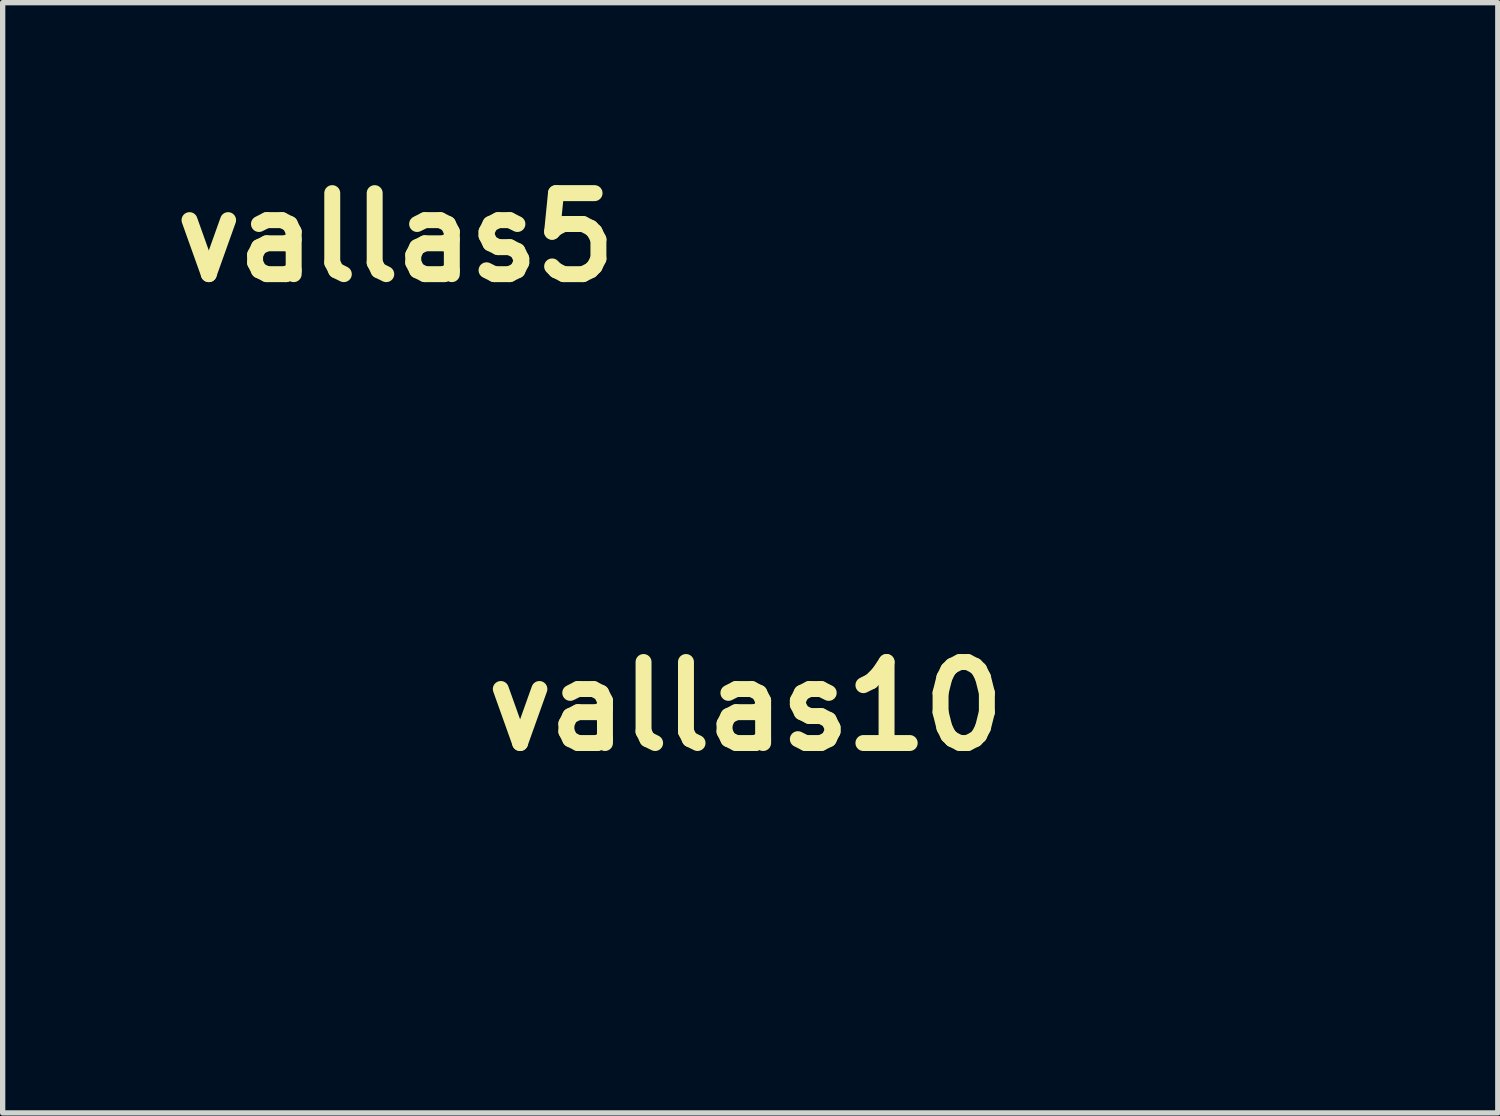
<source format=kicad_pcb>
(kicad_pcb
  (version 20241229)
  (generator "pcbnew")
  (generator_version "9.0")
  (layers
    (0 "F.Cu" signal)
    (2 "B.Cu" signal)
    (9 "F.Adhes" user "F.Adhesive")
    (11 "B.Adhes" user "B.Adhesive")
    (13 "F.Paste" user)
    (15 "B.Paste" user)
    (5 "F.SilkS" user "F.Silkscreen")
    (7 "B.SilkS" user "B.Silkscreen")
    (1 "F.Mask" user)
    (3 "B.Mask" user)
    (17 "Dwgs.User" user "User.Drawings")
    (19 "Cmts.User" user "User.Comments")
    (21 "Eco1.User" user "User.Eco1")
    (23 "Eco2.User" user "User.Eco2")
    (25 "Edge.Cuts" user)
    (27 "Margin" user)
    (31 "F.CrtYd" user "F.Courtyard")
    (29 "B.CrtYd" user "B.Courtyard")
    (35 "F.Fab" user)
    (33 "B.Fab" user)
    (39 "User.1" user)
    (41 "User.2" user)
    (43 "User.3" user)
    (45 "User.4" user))
  (footprint "vallas5"
    (layer "F.Cu")
    (at 4.398 1.418)
    (property "Reference" "vallas5" (at 0 0 0) (layer "F.SilkS") (effects (font (size 1.524 1.524) (thickness 0.3))))
    (attr through_hole)
    (fp_poly (pts (xy -1.863 0.296) (xy -1.905 0.339) (xy -1.947 0.296) (xy -1.905 0.254) (xy -1.863 0.296)) (stroke (width 0.01) (type solid)) (fill no) (layer "Eco2.User"))
    (fp_poly (pts (xy -1.439 0.381) (xy -1.482 0.423) (xy -1.524 0.381) (xy -1.482 0.339) (xy -1.439 0.381)) (stroke (width 0.01) (type solid)) (fill no) (layer "Eco2.User"))
    (fp_poly (pts (xy -1.355 0.212) (xy -1.397 0.254) (xy -1.439 0.212) (xy -1.397 0.169) (xy -1.355 0.212)) (stroke (width 0.01) (type solid)) (fill no) (layer "Eco2.User"))
    (fp_poly (pts (xy -1.185 0.72) (xy -1.228 0.762) (xy -1.27 0.72) (xy -1.228 0.677) (xy -1.185 0.72)) (stroke (width 0.01) (type solid)) (fill no) (layer "Eco2.User"))
    (fp_poly (pts (xy -0.762 0.466) (xy -0.804 0.508) (xy -0.847 0.466) (xy -0.804 0.423) (xy -0.762 0.466)) (stroke (width 0.01) (type solid)) (fill no) (layer "Eco2.User"))
    (fp_poly (pts (xy -0.677 0.635) (xy -0.72 0.677) (xy -0.762 0.635) (xy -0.72 0.593) (xy -0.677 0.635)) (stroke (width 0.01) (type solid)) (fill no) (layer "Eco2.User"))
    (fp_poly (pts (xy 1.27 0.381) (xy 1.228 0.423) (xy 1.185 0.381) (xy 1.228 0.339) (xy 1.27 0.381)) (stroke (width 0.01) (type solid)) (fill no) (layer "Eco2.User"))
    (fp_poly (pts (xy 1.355 0.55) (xy 1.312 0.593) (xy 1.27 0.55) (xy 1.312 0.508) (xy 1.355 0.55)) (stroke (width 0.01) (type solid)) (fill no) (layer "Eco2.User"))
    (fp_poly (pts (xy 1.439 0.72) (xy 1.397 0.762) (xy 1.355 0.72) (xy 1.397 0.677) (xy 1.439 0.72)) (stroke (width 0.01) (type solid)) (fill no) (layer "Eco2.User"))
    (fp_poly (pts (xy 2.117 0.296) (xy 2.074 0.339) (xy 2.032 0.296) (xy 2.074 0.254) (xy 2.117 0.296)) (stroke (width 0.01) (type solid)) (fill no) (layer "Eco2.User"))
    (fp_poly (pts (xy -1.806 0.452) (xy -1.796 0.552) (xy -1.806 0.564) (xy -1.857 0.553) (xy -1.863 0.508) (xy -1.832 0.438) (xy -1.806 0.452)) (stroke (width 0.01) (type solid)) (fill no) (layer "Eco2.User"))
    (fp_poly (pts (xy -1.129 0.452) (xy -1.119 0.552) (xy -1.129 0.564) (xy -1.179 0.553) (xy -1.185 0.508) (xy -1.154 0.438) (xy -1.129 0.452)) (stroke (width 0.01) (type solid)) (fill no) (layer "Eco2.User"))
    (fp_poly (pts (xy 1.157 0.198) (xy 1.145 0.248) (xy 1.101 0.254) (xy 1.031 0.223) (xy 1.044 0.198) (xy 1.145 0.187) (xy 1.157 0.198)) (stroke (width 0.01) (type solid)) (fill no) (layer "Eco2.User"))
    (fp_poly (pts (xy 1.582 0.238) (xy 1.592 0.37) (xy 1.575 0.4) (xy 1.537 0.375) (xy 1.531 0.289) (xy 1.551 0.199) (xy 1.582 0.238)) (stroke (width 0.01) (type solid)) (fill no) (layer "Eco2.User"))
    (fp_poly (pts (xy 1.834 0.452) (xy 1.823 0.502) (xy 1.778 0.508) (xy 1.708 0.477) (xy 1.722 0.452) (xy 1.822 0.441) (xy 1.834 0.452)) (stroke (width 0.01) (type solid)) (fill no) (layer "Eco2.User"))
    (fp_poly (pts (xy -1.534 0.619) (xy -1.599 0.75) (xy -1.683 0.813) (xy -1.716 0.792) (xy -1.7 0.683) (xy -1.642 0.61) (xy -1.545 0.553) (xy -1.534 0.619)) (stroke (width 0.01) (type solid)) (fill no) (layer "Eco2.User"))
    (fp_poly (pts (xy -0.925 0.215) (xy -0.852 0.285) (xy -0.939 0.31) (xy -0.97 0.31) (xy -1.055 0.273) (xy -1.049 0.239) (xy -0.951 0.204) (xy -0.925 0.215)) (stroke (width 0.01) (type solid)) (fill no) (layer "Eco2.User"))
    (fp_poly (pts (xy 1.596 0.712) (xy 1.686 0.797) (xy 1.668 0.846) (xy 1.656 0.847) (xy 1.584 0.787) (xy 1.558 0.749) (xy 1.548 0.691) (xy 1.596 0.712)) (stroke (width 0.01) (type solid)) (fill no) (layer "Eco2.User"))
    (fp_poly (pts (xy 2.099 0.581) (xy 2.08 0.734) (xy 2.046 0.782) (xy 1.991 0.804) (xy 2.007 0.68) (xy 2.009 0.671) (xy 2.059 0.557) (xy 2.099 0.581)) (stroke (width 0.01) (type solid)) (fill no) (layer "Eco2.User"))
    (fp_poly (pts (xy -0.448 0.318) (xy -0.434 0.564) (xy -0.448 0.699) (xy -0.469 0.739) (xy -0.482 0.632) (xy -0.485 0.508) (xy -0.478 0.325) (xy -0.461 0.275) (xy -0.448 0.318)) (stroke (width 0.01) (type solid)) (fill no) (layer "Eco2.User"))
    (fp_poly (pts (xy 0.145 0.318) (xy 0.158 0.539) (xy 0.143 0.657) (xy 0.12 0.677) (xy 0.107 0.555) (xy 0.106 0.466) (xy 0.114 0.302) (xy 0.133 0.277) (xy 0.145 0.318)) (stroke (width 0.01) (type solid)) (fill no) (layer "Eco2.User"))
    (fp_poly (pts (xy 1.013 0.381) (xy 0.971 0.52) (xy 0.931 0.593) (xy 0.864 0.66) (xy 0.849 0.635) (xy 0.891 0.496) (xy 0.931 0.423) (xy 0.998 0.356) (xy 1.013 0.381)) (stroke (width 0.01) (type solid)) (fill no) (layer "Eco2.User"))
    (fp_poly (pts (xy -0.736 -0.796) (xy -0.619 -0.676) (xy -0.62 -0.559) (xy -0.738 -0.446) (xy -0.838 -0.423) (xy -0.98 -0.361) (xy -1.04 -0.191) (xy -1.061 -0.135) (xy -1.079 -0.229) (xy -1.088 -0.402) (xy -1.087 -0.641) (xy -1.016 -0.641) (xy -0.945 -0.531) (xy -0.84 -0.508) (xy -0.711 -0.548) (xy -0.698 -0.614) (xy -0.79 -0.719) (xy -0.918 -0.745) (xy -1.007 -0.685) (xy -1.016 -0.641) (xy -1.087 -0.641) (xy -1.087 -0.666) (xy -1.055 -0.8) (xy -0.981 -0.844) (xy -0.953 -0.845) (xy -0.736 -0.796)) (stroke (width 0.01) (type solid)) (fill no) (layer "Eco2.User"))
    (fp_poly (pts (xy 0.237 -0.745) (xy 0.328 -0.557) (xy 0.326 -0.329) (xy 0.238 -0.138) (xy 0.175 -0.088) (xy -0.037 -0.008) (xy -0.206 -0.055) (xy -0.339 -0.169) (xy -0.475 -0.33) (xy -0.488 -0.455) (xy -0.411 -0.455) (xy -0.383 -0.324) (xy -0.29 -0.218) (xy -0.092 -0.095) (xy 0.117 -0.136) (xy 0.155 -0.159) (xy 0.23 -0.291) (xy 0.24 -0.475) (xy 0.152 -0.672) (xy -0.017 -0.761) (xy -0.207 -0.724) (xy -0.313 -0.627) (xy -0.411 -0.455) (xy -0.488 -0.455) (xy -0.489 -0.464) (xy -0.385 -0.645) (xy -0.376 -0.658) (xy -0.189 -0.808) (xy 0.04 -0.84) (xy 0.237 -0.745)) (stroke (width 0.01) (type solid)) (fill no) (layer "Eco2.User"))
    (fp_poly (pts (xy -1.451 -0.819) (xy -1.41 -0.783) (xy -1.454 -0.739) (xy -1.615 -0.719) (xy -1.627 -0.719) (xy -1.868 -0.666) (xy -2.006 -0.529) (xy -2.014 -0.344) (xy -1.98 -0.275) (xy -1.803 -0.122) (xy -1.59 -0.113) (xy -1.469 -0.18) (xy -1.386 -0.272) (xy -1.452 -0.332) (xy -1.495 -0.35) (xy -1.591 -0.397) (xy -1.532 -0.414) (xy -1.46 -0.417) (xy -1.307 -0.372) (xy -1.277 -0.258) (xy -1.374 -0.126) (xy -1.434 -0.088) (xy -1.685 -0.006) (xy -1.888 -0.073) (xy -1.977 -0.155) (xy -2.105 -0.387) (xy -2.065 -0.61) (xy -1.984 -0.714) (xy -1.819 -0.808) (xy -1.616 -0.846) (xy -1.451 -0.819)) (stroke (width 0.01) (type solid)) (fill no) (layer "Eco2.User")))
  (footprint "vallas10"
    (layer "F.Cu")
    (at 10.98 10.239)
    (property "Reference" "vallas10" (at 0 0 0) (layer "F.SilkS") (effects (font (size 1.524 1.524) (thickness 0.3))))
    (attr through_hole)
    (fp_poly (pts (xy -2.383 2.477) (xy -2.312 4.213) (xy 0.106 4.365) (xy -2.54 4.445) (xy -2.497 2.593) (xy -2.454 0.741) (xy -2.383 2.477)) (stroke (width 0.01) (type solid)) (fill no) (layer "Eco1.User"))
    (fp_poly (pts (xy 0.863 4.214) (xy 2.178 4.288) (xy 3.493 4.363) (xy 0.635 4.445) (xy 0.678 2.593) (xy 0.721 0.741) (xy 0.863 4.214)) (stroke (width 0.01) (type solid)) (fill no) (layer "Eco1.User"))
    (fp_poly (pts (xy -10.134 1.127) (xy -9.994 1.478) (xy -10.009 1.613) (xy -10.153 1.537) (xy -10.24 1.368) (xy -10.36 0.966) (xy -10.31 0.886) (xy -10.134 1.127)) (stroke (width 0.01) (type solid)) (fill no) (layer "Eco1.User"))
    (fp_poly (pts (xy -9.833 2.045) (xy -9.573 2.478) (xy -9.5 2.613) (xy -9.257 3.124) (xy -9.148 3.457) (xy -9.154 3.51) (xy -9.287 3.395) (xy -9.515 3.005) (xy -9.593 2.848) (xy -9.853 2.254) (xy -9.93 1.979) (xy -9.833 2.045)) (stroke (width 0.01) (type solid)) (fill no) (layer "Eco1.User"))
    (fp_poly (pts (xy -4.394 2.081) (xy -4.14 2.52) (xy -3.858 3.092) (xy -3.608 3.665) (xy -3.454 4.11) (xy -3.436 4.274) (xy -3.559 4.262) (xy -3.764 3.943) (xy -3.791 3.887) (xy -4.229 2.917) (xy -4.495 2.257) (xy -4.577 1.934) (xy -4.557 1.905) (xy -4.394 2.081)) (stroke (width 0.01) (type solid)) (fill no) (layer "Eco1.User"))
    (fp_poly (pts (xy 9.935 0.734) (xy 10.438 0.943) (xy 10.836 1.214) (xy 11.012 1.475) (xy 10.973 1.585) (xy 10.776 1.548) (xy 10.631 1.363) (xy 10.303 1.091) (xy 9.747 0.874) (xy 9.606 0.842) (xy 9.109 0.741) (xy 9.006 0.69) (xy 9.277 0.666) (xy 9.449 0.659) (xy 9.935 0.734)) (stroke (width 0.01) (type solid)) (fill no) (layer "Eco1.User"))
    (fp_poly (pts (xy -7.21 0.994) (xy -7.288 1.337) (xy -7.506 1.908) (xy -7.813 2.6) (xy -8.157 3.306) (xy -8.487 3.919) (xy -8.751 4.331) (xy -8.878 4.445) (xy -9.076 4.274) (xy -9.102 4.128) (xy -8.981 3.846) (xy -8.877 3.81) (xy -8.69 3.631) (xy -8.39 3.156) (xy -8.035 2.478) (xy -7.939 2.275) (xy -7.61 1.6) (xy -7.357 1.142) (xy -7.222 0.973) (xy -7.21 0.994)) (stroke (width 0.01) (type solid)) (fill no) (layer "Eco1.User"))
    (fp_poly (pts (xy -4.705 1.23) (xy -4.773 1.393) (xy -4.921 1.367) (xy -5.152 1.446) (xy -5.439 1.867) (xy -5.807 2.663) (xy -5.818 2.69) (xy -6.099 3.325) (xy -6.376 3.888) (xy -6.61 4.313) (xy -6.764 4.536) (xy -6.801 4.494) (xy -6.724 4.233) (xy -6.587 3.897) (xy -6.327 3.293) (xy -5.994 2.54) (xy -5.92 2.374) (xy -5.487 1.502) (xy -5.148 1.029) (xy -4.889 0.946) (xy -4.705 1.23)) (stroke (width 0.01) (type solid)) (fill no) (layer "Eco1.User"))
    (fp_poly (pts (xy 5.99 0.813) (xy 6.236 1.278) (xy 6.55 1.928) (xy 6.885 2.659) (xy 7.194 3.369) (xy 7.432 3.954) (xy 7.55 4.312) (xy 7.551 4.372) (xy 7.428 4.237) (xy 7.175 3.8) (xy 6.839 3.144) (xy 6.705 2.865) (xy 6.346 2.136) (xy 6.049 1.582) (xy 5.863 1.292) (xy 5.833 1.27) (xy 5.692 1.446) (xy 5.426 1.909) (xy 5.089 2.564) (xy 5.048 2.647) (xy 4.713 3.305) (xy 4.449 3.769) (xy 4.308 3.95) (xy 4.301 3.948) (xy 4.35 3.738) (xy 4.541 3.261) (xy 4.824 2.623) (xy 5.148 1.933) (xy 5.461 1.3) (xy 5.714 0.831) (xy 5.854 0.636) (xy 5.858 0.635) (xy 5.99 0.813)) (stroke (width 0.01) (type solid)) (fill no) (layer "Eco1.User"))
    (fp_poly (pts (xy 8.616 0.946) (xy 8.465 1.253) (xy 8.355 1.721) (xy 8.597 2.065) (xy 9.218 2.308) (xy 9.705 2.405) (xy 10.468 2.65) (xy 10.957 3.05) (xy 11.143 3.527) (xy 10.998 4.003) (xy 10.492 4.4) (xy 10.463 4.413) (xy 9.554 4.643) (xy 8.742 4.464) (xy 8.514 4.327) (xy 8.161 3.96) (xy 8.043 3.645) (xy 8.085 3.448) (xy 8.25 3.593) (xy 8.356 3.739) (xy 8.809 4.129) (xy 9.398 4.322) (xy 10.003 4.323) (xy 10.503 4.137) (xy 10.775 3.772) (xy 10.795 3.616) (xy 10.737 3.289) (xy 10.509 3.035) (xy 10.026 2.791) (xy 9.336 2.54) (xy 8.533 2.178) (xy 8.134 1.781) (xy 8.146 1.359) (xy 8.336 1.115) (xy 8.603 0.874) (xy 8.616 0.946)) (stroke (width 0.01) (type solid)) (fill no) (layer "Eco1.User"))
    (fp_poly (pts (xy -4.668 -4.278) (xy -3.838 -4.149) (xy -3.361 -3.872) (xy -3.18 -3.409) (xy -3.175 -3.281) (xy -3.288 -2.795) (xy -3.675 -2.472) (xy -4.405 -2.258) (xy -4.498 -2.241) (xy -4.988 -2.128) (xy -5.219 -1.937) (xy -5.287 -1.533) (xy -5.292 -1.155) (xy -5.336 -0.59) (xy -5.447 -0.253) (xy -5.511 -0.212) (xy -5.617 -0.417) (xy -5.673 -1.015) (xy -5.677 -1.978) (xy -5.67 -2.275) (xy -5.64 -3.294) (xy -5.292 -3.294) (xy -5.257 -2.79) (xy -5.085 -2.581) (xy -4.683 -2.54) (xy -4.139 -2.651) (xy -3.795 -2.875) (xy -3.642 -3.305) (xy -3.85 -3.685) (xy -4.36 -3.937) (xy -4.625 -3.982) (xy -5.069 -3.994) (xy -5.253 -3.831) (xy -5.291 -3.375) (xy -5.292 -3.294) (xy -5.64 -3.294) (xy -5.609 -4.339) (xy -4.668 -4.278)) (stroke (width 0.01) (type solid)) (fill no) (layer "Eco1.User"))
    (fp_poly (pts (xy 0.88 -4.138) (xy 1.422 -3.713) (xy 1.831 -2.941) (xy 1.902 -2.072) (xy 1.657 -1.23) (xy 1.115 -0.541) (xy 0.849 -0.352) (xy -0.027 -0.037) (xy -0.903 -0.142) (xy -1.295 -0.318) (xy -1.756 -0.712) (xy -2.162 -1.285) (xy -2.208 -1.376) (xy -2.419 -2.271) (xy -2.396 -2.383) (xy -1.905 -2.383) (xy -1.75 -1.46) (xy -1.322 -0.819) (xy -0.682 -0.497) (xy 0.113 -0.533) (xy 0.62 -0.733) (xy 1.21 -1.235) (xy 1.49 -1.892) (xy 1.484 -2.601) (xy 1.219 -3.259) (xy 0.718 -3.764) (xy 0.008 -4.012) (xy -0.182 -4.022) (xy -1.002 -3.844) (xy -1.595 -3.359) (xy -1.887 -2.638) (xy -1.905 -2.383) (xy -2.396 -2.383) (xy -2.234 -3.143) (xy -1.675 -3.906) (xy -1.519 -4.039) (xy -0.787 -4.371) (xy 0.065 -4.398) (xy 0.88 -4.138)) (stroke (width 0.01) (type solid)) (fill no) (layer "Eco1.User"))
    (fp_poly (pts (xy -8.104 -4.31) (xy -7.498 -4.149) (xy -7.086 -3.94) (xy -6.985 -3.779) (xy -7.137 -3.657) (xy -7.355 -3.718) (xy -7.803 -3.846) (xy -8.438 -3.954) (xy -8.575 -3.969) (xy -9.431 -3.899) (xy -10.062 -3.549) (xy -10.458 -3.006) (xy -10.604 -2.357) (xy -10.489 -1.689) (xy -10.101 -1.089) (xy -9.426 -0.644) (xy -9.068 -0.527) (xy -8.405 -0.532) (xy -7.746 -0.791) (xy -7.359 -1.143) (xy -7.2 -1.584) (xy -7.42 -1.842) (xy -7.844 -1.905) (xy -8.267 -1.962) (xy -8.365 -2.109) (xy -8.361 -2.117) (xy -8.083 -2.252) (xy -7.557 -2.324) (xy -7.396 -2.328) (xy -6.853 -2.296) (xy -6.615 -2.155) (xy -6.566 -1.852) (xy -6.764 -1.13) (xy -7.275 -0.552) (xy -7.999 -0.172) (xy -8.835 -0.044) (xy -9.655 -0.207) (xy -10.092 -0.497) (xy -10.547 -0.953) (xy -10.575 -0.988) (xy -10.892 -1.519) (xy -10.975 -2.115) (xy -10.947 -2.496) (xy -10.7 -3.426) (xy -10.191 -4.037) (xy -9.393 -4.358) (xy -9.37 -4.362) (xy -8.773 -4.393) (xy -8.104 -4.31)) (stroke (width 0.01) (type solid)) (fill no) (layer "Eco1.User")))
  (gr_rect
    (start -3 -3)
    (end 25.128 17.887)
    (stroke (width 0.1) (type default))
    (fill no)
    (layer "Edge.Cuts")))
</source>
